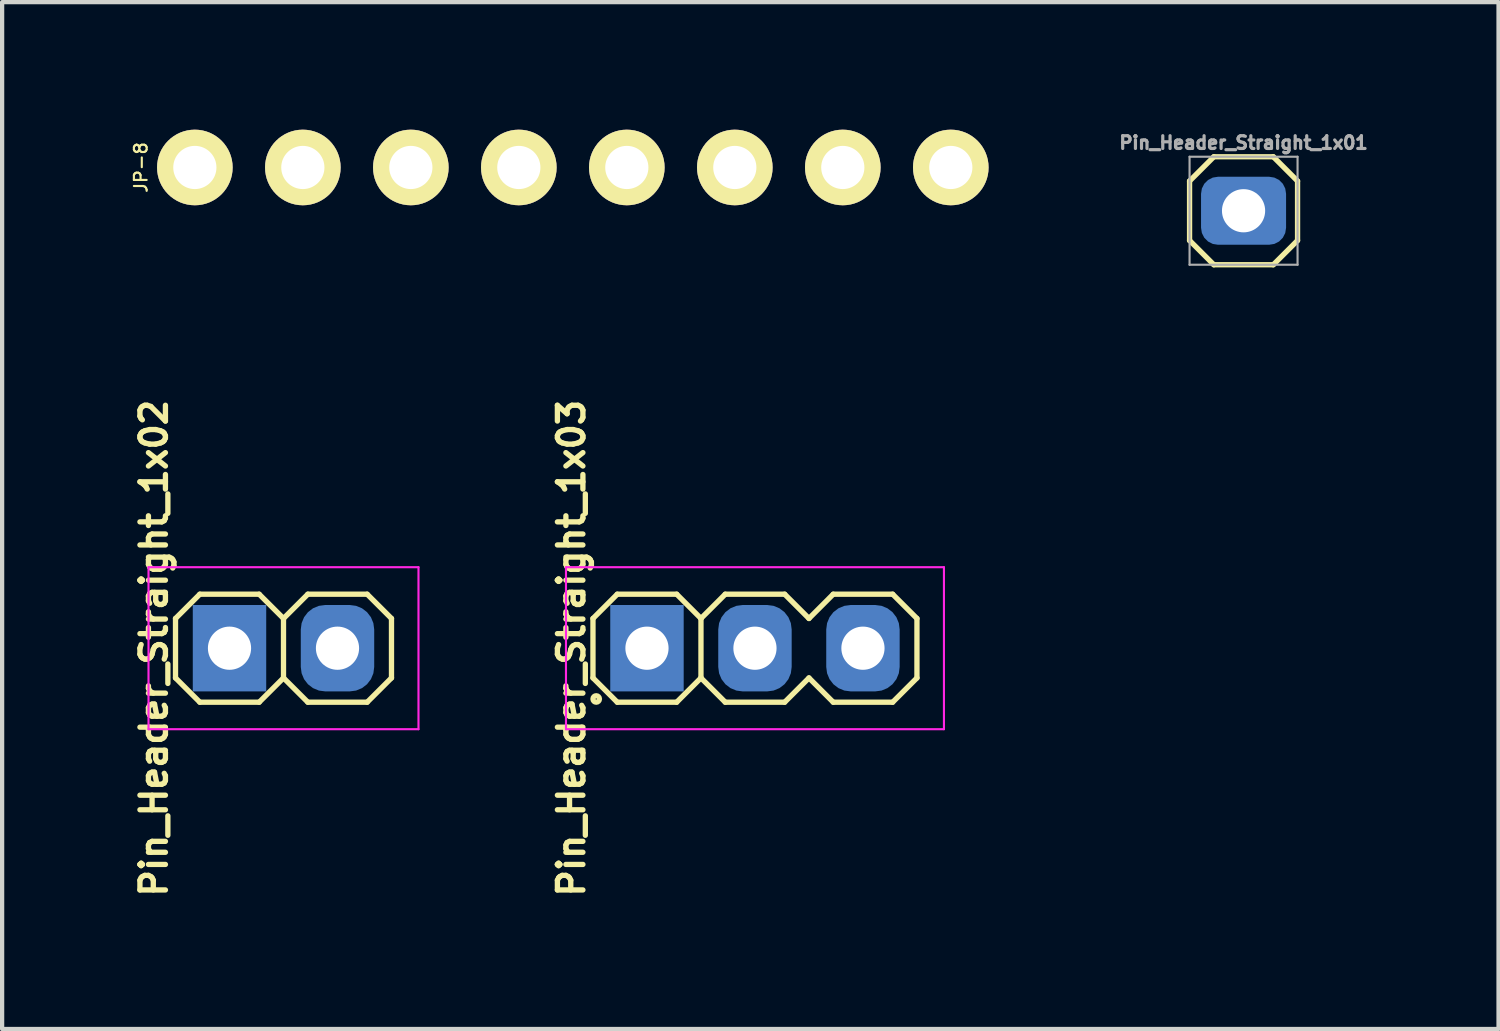
<source format=kicad_pcb>
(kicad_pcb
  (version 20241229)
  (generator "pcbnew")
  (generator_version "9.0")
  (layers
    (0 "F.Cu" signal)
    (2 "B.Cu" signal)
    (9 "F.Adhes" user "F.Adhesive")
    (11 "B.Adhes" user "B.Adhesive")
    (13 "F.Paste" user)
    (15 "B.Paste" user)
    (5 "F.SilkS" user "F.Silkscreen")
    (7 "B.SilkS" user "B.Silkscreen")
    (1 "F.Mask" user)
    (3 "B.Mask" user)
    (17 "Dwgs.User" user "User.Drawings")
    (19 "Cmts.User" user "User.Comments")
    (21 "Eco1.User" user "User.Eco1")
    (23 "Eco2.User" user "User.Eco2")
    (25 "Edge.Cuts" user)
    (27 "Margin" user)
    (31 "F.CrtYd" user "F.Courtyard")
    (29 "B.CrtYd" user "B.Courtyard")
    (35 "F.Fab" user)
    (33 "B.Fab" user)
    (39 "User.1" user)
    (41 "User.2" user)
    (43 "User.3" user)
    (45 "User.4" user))
  (footprint "Pin_Header_Straight_1x03"
    (layer "F.Cu")
    (at 14.707 12.196)
    (property "Reference" "Pin_Header_Straight_1x03" (at -4.318 0 90) (layer "F.SilkS") (effects (font (size 0.6 0.6) (thickness 0.125))))
    (attr through_hole)
    (fp_line (start -3.81 -0.699) (end -3.81 0.699) (stroke (width 0.125) (type solid)) (layer "F.SilkS"))
    (fp_line (start -3.81 -0.699) (end -3.239 -1.27) (stroke (width 0.125) (type solid)) (layer "F.SilkS"))
    (fp_line (start -3.81 0.699) (end -3.239 1.27) (stroke (width 0.125) (type solid)) (layer "F.SilkS"))
    (fp_line (start -3.239 -1.27) (end -1.841 -1.27) (stroke (width 0.125) (type solid)) (layer "F.SilkS"))
    (fp_line (start -3.239 1.27) (end -1.841 1.27) (stroke (width 0.125) (type solid)) (layer "F.SilkS"))
    (fp_line (start -1.27 -0.699) (end -1.841 -1.27) (stroke (width 0.125) (type solid)) (layer "F.SilkS"))
    (fp_line (start -1.27 -0.699) (end -1.27 0.699) (stroke (width 0.125) (type solid)) (layer "F.SilkS"))
    (fp_line (start -1.27 -0.699) (end -0.699 -1.27) (stroke (width 0.125) (type solid)) (layer "F.SilkS"))
    (fp_line (start -1.27 0.699) (end -1.841 1.27) (stroke (width 0.125) (type solid)) (layer "F.SilkS"))
    (fp_line (start -1.27 0.699) (end -0.699 1.27) (stroke (width 0.125) (type solid)) (layer "F.SilkS"))
    (fp_line (start -0.699 -1.27) (end 0.699 -1.27) (stroke (width 0.125) (type solid)) (layer "F.SilkS"))
    (fp_line (start -0.699 1.27) (end 0.699 1.27) (stroke (width 0.125) (type solid)) (layer "F.SilkS"))
    (fp_line (start 1.27 -0.699) (end 0.699 -1.27) (stroke (width 0.125) (type solid)) (layer "F.SilkS"))
    (fp_line (start 1.27 -0.699) (end 1.841 -1.27) (stroke (width 0.125) (type solid)) (layer "F.SilkS"))
    (fp_line (start 1.27 0.699) (end 0.699 1.27) (stroke (width 0.125) (type solid)) (layer "F.SilkS"))
    (fp_line (start 1.27 0.699) (end 1.841 1.27) (stroke (width 0.125) (type solid)) (layer "F.SilkS"))
    (fp_line (start 1.841 -1.27) (end 3.239 -1.27) (stroke (width 0.125) (type solid)) (layer "F.SilkS"))
    (fp_line (start 1.841 1.27) (end 3.239 1.27) (stroke (width 0.125) (type solid)) (layer "F.SilkS"))
    (fp_line (start 3.81 -0.699) (end 3.239 -1.27) (stroke (width 0.125) (type solid)) (layer "F.SilkS"))
    (fp_line (start 3.81 -0.699) (end 3.81 0.699) (stroke (width 0.125) (type solid)) (layer "F.SilkS"))
    (fp_line (start 3.81 0.699) (end 3.239 1.27) (stroke (width 0.125) (type solid)) (layer "F.SilkS"))
    (fp_circle (center -3.734 1.194) (end -3.734 1.27) (stroke (width 0.125) (type solid)) (fill no) (layer "F.SilkS"))
    (fp_line (start -4.445 -1.905) (end -4.445 1.905) (stroke (width 0.05) (type solid)) (layer "F.CrtYd"))
    (fp_line (start -4.445 1.905) (end 4.445 1.905) (stroke (width 0.05) (type solid)) (layer "F.CrtYd"))
    (fp_line (start 4.445 -1.905) (end -4.445 -1.905) (stroke (width 0.05) (type solid)) (layer "F.CrtYd"))
    (fp_line (start 4.445 1.905) (end 4.445 -1.905) (stroke (width 0.05) (type solid)) (layer "F.CrtYd"))
    (pad "1" thru_hole circle (at -2.54 0) (size 1.524 1.524) (drill 1.016) (layers "*.Cu" "*.Mask"))
    (pad "1" connect rect (at -2.54 0) (size 1.727 2.032) (layers "B.Cu" "B.Mask"))
    (pad "2" thru_hole circle (at 0 0) (size 1.524 1.524) (drill 1.016) (layers "*.Cu" "*.Mask"))
    (pad "2" connect roundrect (at 0 0) (size 1.727 2.032) (layers "B.Cu" "B.Mask") (roundrect_rratio 0.333))
    (pad "3" thru_hole circle (at 2.54 0) (size 1.524 1.524) (drill 1.016) (layers "*.Cu" "*.Mask"))
    (pad "3" connect roundrect (at 2.54 0) (size 1.727 2.032) (layers "B.Cu" "B.Mask") (roundrect_rratio 0.333)))
  (footprint "Pin_Header_Straight_1x01"
    (layer "F.Cu")
    (at 26.199 1.907)
    (property "Reference" "Pin_Header_Straight_1x01" (at 0 -1.6 0) (layer "F.Fab") (effects (font (size 0.3 0.3) (thickness 0.075))))
    (attr through_hole)
    (fp_line (start -1.27 -0.699) (end -1.27 0.699) (stroke (width 0.125) (type solid)) (layer "F.SilkS"))
    (fp_line (start -1.27 -0.699) (end -0.699 -1.27) (stroke (width 0.125) (type solid)) (layer "F.SilkS"))
    (fp_line (start -1.27 0.699) (end -0.699 1.27) (stroke (width 0.125) (type solid)) (layer "F.SilkS"))
    (fp_line (start -0.699 -1.27) (end 0.699 -1.27) (stroke (width 0.125) (type solid)) (layer "F.SilkS"))
    (fp_line (start -0.699 1.27) (end 0.699 1.27) (stroke (width 0.125) (type solid)) (layer "F.SilkS"))
    (fp_line (start 1.27 -0.699) (end 0.699 -1.27) (stroke (width 0.125) (type solid)) (layer "F.SilkS"))
    (fp_line (start 1.27 -0.699) (end 1.27 0.699) (stroke (width 0.125) (type solid)) (layer "F.SilkS"))
    (fp_line (start 1.27 0.699) (end 0.699 1.27) (stroke (width 0.125) (type solid)) (layer "F.SilkS"))
    (fp_line (start -1.27 -1.27) (end 1.27 -1.27) (stroke (width 0.05) (type solid)) (layer "F.Fab"))
    (fp_line (start -1.27 1.27) (end -1.27 -1.27) (stroke (width 0.05) (type solid)) (layer "F.Fab"))
    (fp_line (start 1.27 -1.27) (end 1.27 1.27) (stroke (width 0.05) (type solid)) (layer "F.Fab"))
    (fp_line (start 1.27 1.27) (end -1.27 1.27) (stroke (width 0.05) (type solid)) (layer "F.Fab"))
    (pad "1" thru_hole circle (at 0 0) (size 1.524 1.524) (drill 1.016) (layers "*.Cu" "*.Mask"))
    (pad "1" connect roundrect (at 0 0 90) (size 1.6 2) (layers "B.Cu" "B.Mask") (roundrect_rratio 0.25)))
  (footprint "JP-8"
    (layer "F.Cu")
    (at 10.423 0.889)
    (property "Reference" "JP-8" (at -10.16 0 90) (layer "F.SilkS") (effects (font (size 0.3 0.3) (thickness 0.05))))
    (attr through_hole)
    (pad "1" thru_hole circle (at -8.89 0) (size 1.778 1.778) (drill 1.016) (layers "*.Cu" "*.Mask" "F.SilkS"))
    (pad "2" thru_hole circle (at -6.35 0) (size 1.778 1.778) (drill 1.016) (layers "*.Cu" "*.Mask" "F.SilkS"))
    (pad "3" thru_hole circle (at -3.81 0) (size 1.778 1.778) (drill 1.016) (layers "*.Cu" "*.Mask" "F.SilkS"))
    (pad "4" thru_hole circle (at -1.27 0) (size 1.778 1.778) (drill 1.016) (layers "*.Cu" "*.Mask" "F.SilkS"))
    (pad "5" thru_hole circle (at 1.27 0) (size 1.778 1.778) (drill 1.016) (layers "*.Cu" "*.Mask" "F.SilkS"))
    (pad "6" thru_hole circle (at 3.81 0) (size 1.778 1.778) (drill 1.016) (layers "*.Cu" "*.Mask" "F.SilkS"))
    (pad "7" thru_hole circle (at 6.35 0) (size 1.778 1.778) (drill 1.016) (layers "*.Cu" "*.Mask" "F.SilkS"))
    (pad "8" thru_hole circle (at 8.89 0) (size 1.778 1.778) (drill 1.016) (layers "*.Cu" "*.Mask" "F.SilkS")))
  (footprint "Pin_Header_Straight_1x02"
    (layer "F.Cu")
    (at 3.618 12.196)
    (property "Reference" "Pin_Header_Straight_1x02" (at -3.048 0 90) (layer "F.SilkS") (effects (font (size 0.6 0.6) (thickness 0.125))))
    (attr through_hole)
    (fp_line (start -2.54 -0.699) (end -2.54 0.699) (stroke (width 0.125) (type solid)) (layer "F.SilkS"))
    (fp_line (start -2.54 -0.699) (end -1.968 -1.27) (stroke (width 0.125) (type solid)) (layer "F.SilkS"))
    (fp_line (start -2.54 0.699) (end -1.968 1.27) (stroke (width 0.125) (type solid)) (layer "F.SilkS"))
    (fp_line (start -1.968 -1.27) (end -0.572 -1.27) (stroke (width 0.125) (type solid)) (layer "F.SilkS"))
    (fp_line (start -1.968 1.27) (end -0.572 1.27) (stroke (width 0.125) (type solid)) (layer "F.SilkS"))
    (fp_line (start 0 -0.699) (end -0.572 -1.27) (stroke (width 0.125) (type solid)) (layer "F.SilkS"))
    (fp_line (start 0 -0.699) (end 0 0.699) (stroke (width 0.125) (type solid)) (layer "F.SilkS"))
    (fp_line (start 0 -0.699) (end 0.572 -1.27) (stroke (width 0.125) (type solid)) (layer "F.SilkS"))
    (fp_line (start 0 0.699) (end -0.572 1.27) (stroke (width 0.125) (type solid)) (layer "F.SilkS"))
    (fp_line (start 0 0.699) (end 0.572 1.27) (stroke (width 0.125) (type solid)) (layer "F.SilkS"))
    (fp_line (start 0.572 -1.27) (end 1.968 -1.27) (stroke (width 0.125) (type solid)) (layer "F.SilkS"))
    (fp_line (start 0.572 1.27) (end 1.968 1.27) (stroke (width 0.125) (type solid)) (layer "F.SilkS"))
    (fp_line (start 2.54 -0.699) (end 1.968 -1.27) (stroke (width 0.125) (type solid)) (layer "F.SilkS"))
    (fp_line (start 2.54 -0.699) (end 2.54 0.699) (stroke (width 0.125) (type solid)) (layer "F.SilkS"))
    (fp_line (start 2.54 0.699) (end 1.968 1.27) (stroke (width 0.125) (type solid)) (layer "F.SilkS"))
    (fp_line (start -3.175 -1.905) (end -3.175 1.905) (stroke (width 0.05) (type solid)) (layer "F.CrtYd"))
    (fp_line (start -3.175 1.905) (end 3.175 1.905) (stroke (width 0.05) (type solid)) (layer "F.CrtYd"))
    (fp_line (start 3.175 -1.905) (end -3.175 -1.905) (stroke (width 0.05) (type solid)) (layer "F.CrtYd"))
    (fp_line (start 3.175 1.905) (end 3.175 -1.905) (stroke (width 0.05) (type solid)) (layer "F.CrtYd"))
    (pad "1" thru_hole circle (at -1.27 0) (size 1.524 1.524) (drill 1.016) (layers "*.Cu" "*.Mask"))
    (pad "1" connect rect (at -1.27 0) (size 1.727 2.032) (layers "B.Cu" "B.Mask"))
    (pad "2" thru_hole circle (at 1.27 0) (size 1.524 1.524) (drill 1.016) (layers "*.Cu" "*.Mask"))
    (pad "2" connect roundrect (at 1.27 0) (size 1.727 2.032) (layers "B.Cu" "B.Mask") (roundrect_rratio 0.333)))
  (gr_rect
    (start -3 -3)
    (end 32.196 21.152)
    (stroke (width 0.1) (type default))
    (fill no)
    (layer "Edge.Cuts")))
</source>
